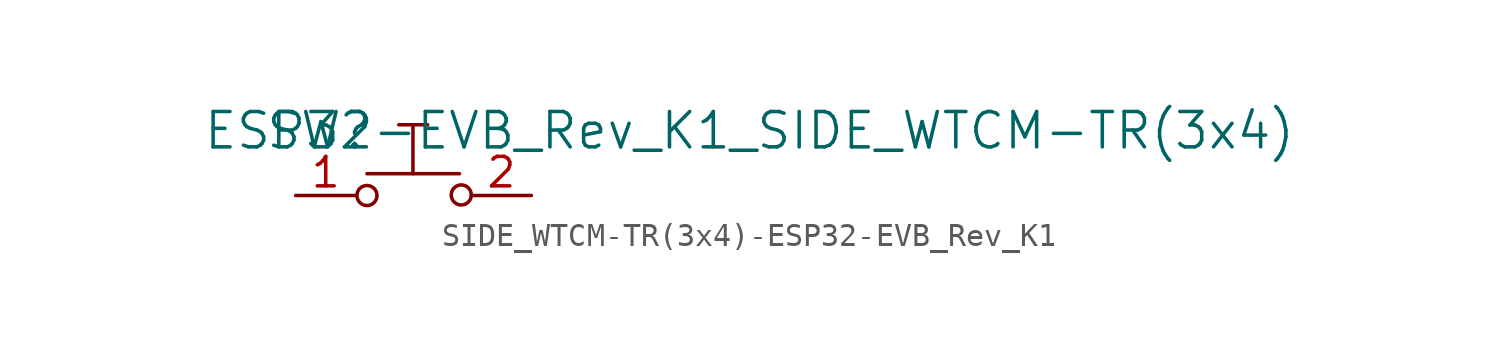
<source format=kicad_sym>
(kicad_symbol_lib
  (version 20231120)
  (generator "kicad_symbol_editor")
  (generator_version "8.0")
  (symbol "SIDE_WTCM-TR(3x4)-ESP32-EVB_Rev_K1"
    (pin_names
      (offset 1.016))
    (property "Reference" "SW"
      (at -4.064 2.794 0)
      (effects (font (size 1.524 1.524))))
    (property "Value" "ESP32-EVB_Rev_K1_SIDE_WTCM-TR(3x4)"
      (at 14.478 2.794 0)
      (effects (font (size 1.524 1.524))))
    (property "Footprint" ""
      (at -0.025 0.965 0)
      (effects (font (size 1.524 1.524))))
    (property "Datasheet" ""
      (at -0.025 0.965 0)
      (effects (font (size 1.524 1.524))))
    (symbol "SIDE_WTCM-TR(3x4)-ESP32-EVB_Rev_K1_0_1"
      (circle (center -2.007 0) (radius 0.432) (stroke (width 0) (type solid)) (fill (type none)))
      (polyline (pts (xy -0.635 3.048) (xy 0.61 3.048)) (stroke (width 0) (type solid)) (fill (type none)))
      (polyline (pts (xy -0.025 0.94) (xy -2.007 0.94)) (stroke (width 0) (type solid)) (fill (type none)))
      (polyline (pts (xy -0.025 0.94) (xy 1.981 0.94)) (stroke (width 0) (type solid)) (fill (type none)))
      (polyline (pts (xy -0.025 1.016) (xy -0.025 2.972)) (stroke (width 0) (type solid)) (fill (type none)))
      (circle (center 2.057 0.025) (radius 0.432) (stroke (width 0) (type solid)) (fill (type none))))
    (symbol "SIDE_WTCM-TR(3x4)-ESP32-EVB_Rev_K1_1_1"
      (pin passive line (at -5.08 0 0) (length 2.591) (name "~" (effects (font (size 1.27 1.27)))) (number "1" (effects (font (size 1.27 1.27)))))
      (pin passive line (at 5.08 0 180) (length 2.591) (name "~" (effects (font (size 1.27 1.27)))) (number "2" (effects (font (size 1.27 1.27))))))))
</source>
